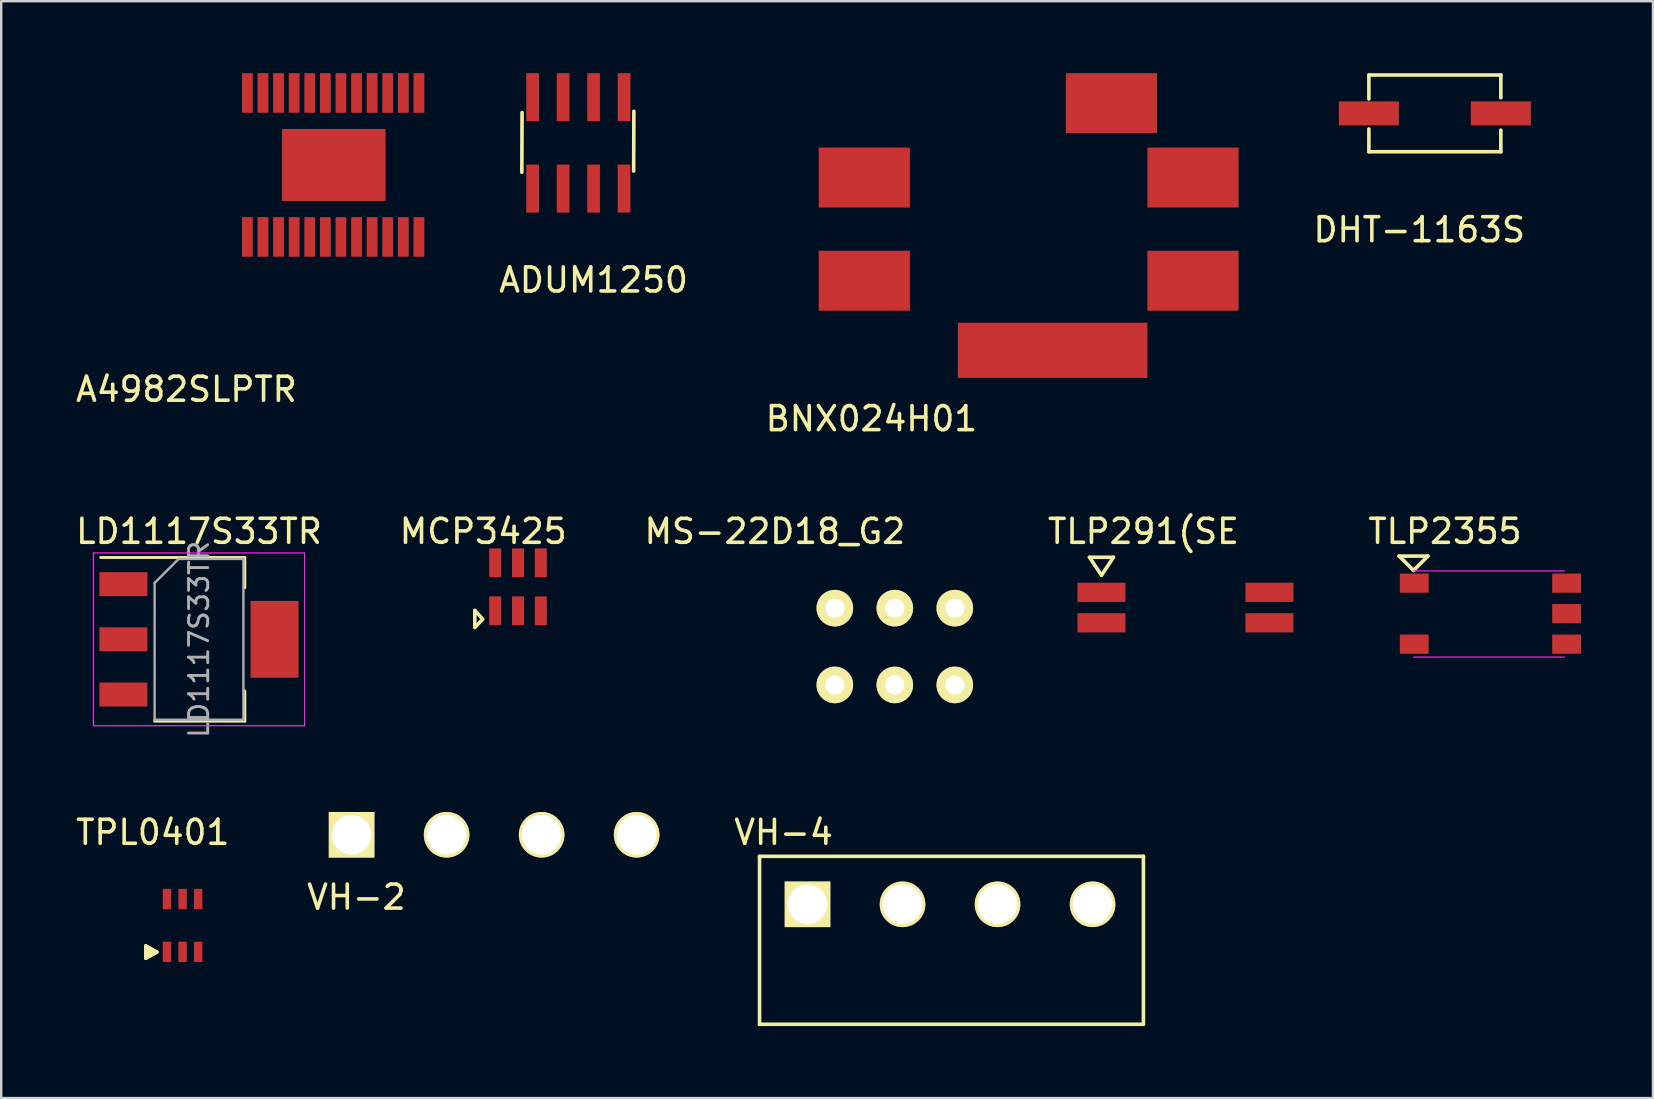
<source format=kicad_pcb>
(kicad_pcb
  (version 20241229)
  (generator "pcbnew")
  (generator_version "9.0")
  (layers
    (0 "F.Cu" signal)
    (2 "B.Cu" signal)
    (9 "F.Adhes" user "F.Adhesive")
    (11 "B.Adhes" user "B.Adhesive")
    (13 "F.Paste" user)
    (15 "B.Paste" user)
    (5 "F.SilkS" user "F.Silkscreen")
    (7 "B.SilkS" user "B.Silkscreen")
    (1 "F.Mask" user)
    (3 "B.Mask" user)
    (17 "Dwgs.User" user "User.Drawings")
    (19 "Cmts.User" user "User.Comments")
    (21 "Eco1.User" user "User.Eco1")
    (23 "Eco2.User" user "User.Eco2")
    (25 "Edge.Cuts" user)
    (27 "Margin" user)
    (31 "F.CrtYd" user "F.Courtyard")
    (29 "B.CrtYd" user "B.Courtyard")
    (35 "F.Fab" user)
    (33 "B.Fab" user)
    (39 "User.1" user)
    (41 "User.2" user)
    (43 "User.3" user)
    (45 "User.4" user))
  (footprint "DHT-1163S"
    (layer "F.Cu")
    (at 56.752 1.675)
    (property "Reference" "DHT-1163S" (at -0.65 4.85 0) (layer "F.SilkS") (effects (font (size 1 1) (thickness 0.15))))
    (attr through_hole)
    (fp_line (start -2.75 -1.6) (end 2.75 -1.6) (stroke (width 0.15) (type solid)) (layer "F.SilkS"))
    (fp_line (start -2.75 -0.6) (end -2.75 -1.6) (stroke (width 0.15) (type solid)) (layer "F.SilkS"))
    (fp_line (start -2.75 0.65) (end -2.75 1.6) (stroke (width 0.15) (type solid)) (layer "F.SilkS"))
    (fp_line (start -2.75 1.6) (end 2.75 1.6) (stroke (width 0.15) (type solid)) (layer "F.SilkS"))
    (fp_line (start 2.75 -1.6) (end 2.75 -0.65) (stroke (width 0.15) (type solid)) (layer "F.SilkS"))
    (fp_line (start 2.75 1.6) (end 2.75 0.7) (stroke (width 0.15) (type solid)) (layer "F.SilkS"))
    (pad "1" smd rect (at -2.75 0) (size 2.5 1) (layers "F.Cu" "F.Mask" "F.Paste"))
    (pad "2" smd rect (at 2.75 0) (size 2.5 1) (layers "F.Cu" "F.Mask" "F.Paste")))
  (footprint "VH-2"
    (layer "F.Cu")
    (at 11.604 31.742)
    (property "Reference" "VH-2" (at 0.2 2.6 0) (layer "F.SilkS") (effects (font (size 1 1) (thickness 0.15))))
    (attr through_hole)
    (pad "1" thru_hole rect (at 0 0) (size 1.9 1.9) (drill 1.65) (layers "*.Cu" "*.Mask" "F.SilkS"))
    (pad "2" thru_hole circle (at 3.96 0) (size 1.9 1.9) (drill 1.65) (layers "*.Cu" "*.Mask" "F.SilkS"))
    (pad "3" thru_hole circle (at 7.92 0) (size 1.9 1.9) (drill 1.65) (layers "*.Cu" "*.Mask" "F.SilkS"))
    (pad "4" thru_hole circle (at 11.88 0) (size 1.9 1.9) (drill 1.65) (layers "*.Cu" "*.Mask" "F.SilkS")))
  (footprint "TPL0401"
    (layer "F.Cu")
    (at 4.56 34.421)
    (property "Reference" "TPL0401" (at -1.245 -2.781 0) (layer "F.SilkS") (effects (font (size 1 1) (thickness 0.15))))
    (attr through_hole)
    (fp_text user "▼" (at -1.346 2.21 90) (layer "F.SilkS") (effects (font (size 0.6 0.6) (thickness 0.15))))
    (pad "1" smd trapezoid (at -0.65 2.2) (size 0.35 0.85) (layers "F.Cu" "F.Mask" "F.Paste"))
    (pad "2" smd trapezoid (at 0 2.2) (size 0.35 0.85) (layers "F.Cu" "F.Mask" "F.Paste"))
    (pad "3" smd trapezoid (at 0.65 2.2) (size 0.35 0.85) (layers "F.Cu" "F.Mask" "F.Paste"))
    (pad "4" smd trapezoid (at 0.65 0) (size 0.35 0.85) (layers "F.Cu" "F.Mask" "F.Paste"))
    (pad "5" smd trapezoid (at 0 0) (size 0.35 0.85) (layers "F.Cu" "F.Mask" "F.Paste"))
    (pad "6" smd trapezoid (at -0.65 0) (size 0.35 0.85) (layers "F.Cu" "F.Mask" "F.Paste")))
  (footprint "LD1117S33TR"
    (layer "F.Cu")
    (at 5.244 23.596)
    (property "Reference" "LD1117S33TR" (at 0 -4.5 0) (layer "F.SilkS") (effects (font (size 1 1) (thickness 0.15))))
    (attr smd)
    (fp_line (start -4.1 -3.41) (end 1.91 -3.41) (stroke (width 0.12) (type solid)) (layer "F.SilkS"))
    (fp_line (start -1.85 3.41) (end 1.91 3.41) (stroke (width 0.12) (type solid)) (layer "F.SilkS"))
    (fp_line (start 1.91 -3.41) (end 1.91 -2.15) (stroke (width 0.12) (type solid)) (layer "F.SilkS"))
    (fp_line (start 1.91 3.41) (end 1.91 2.15) (stroke (width 0.12) (type solid)) (layer "F.SilkS"))
    (fp_line (start -4.4 -3.6) (end -4.4 3.6) (stroke (width 0.05) (type solid)) (layer "F.CrtYd"))
    (fp_line (start -4.4 3.6) (end 4.4 3.6) (stroke (width 0.05) (type solid)) (layer "F.CrtYd"))
    (fp_line (start 4.4 -3.6) (end -4.4 -3.6) (stroke (width 0.05) (type solid)) (layer "F.CrtYd"))
    (fp_line (start 4.4 3.6) (end 4.4 -3.6) (stroke (width 0.05) (type solid)) (layer "F.CrtYd"))
    (fp_line (start -1.85 -2.35) (end -1.85 3.35) (stroke (width 0.1) (type solid)) (layer "F.Fab"))
    (fp_line (start -1.85 -2.35) (end -0.85 -3.35) (stroke (width 0.1) (type solid)) (layer "F.Fab"))
    (fp_line (start -1.85 3.35) (end 1.85 3.35) (stroke (width 0.1) (type solid)) (layer "F.Fab"))
    (fp_line (start -0.85 -3.35) (end 1.85 -3.35) (stroke (width 0.1) (type solid)) (layer "F.Fab"))
    (fp_line (start 1.85 -3.35) (end 1.85 3.35) (stroke (width 0.1) (type solid)) (layer "F.Fab"))
    (fp_text user "${REFERENCE}" (at 0 0 90) (layer "F.Fab") (effects (font (size 0.8 0.8) (thickness 0.12))))
    (pad "1" smd rect (at -3.15 -2.3) (size 2 1) (layers "F.Cu" "F.Mask" "F.Paste"))
    (pad "2" smd rect (at -3.15 0) (size 2 1) (layers "F.Cu" "F.Mask" "F.Paste"))
    (pad "3" smd rect (at -3.15 2.3) (size 2 1) (layers "F.Cu" "F.Mask" "F.Paste"))
    (pad "TAB" smd rect (at 3.15 0) (size 2 3.2) (layers "F.Cu" "F.Mask" "F.Paste")))
  (footprint "A4982SLPTR"
    (layer "F.Cu")
    (at 7.26 6.825)
    (property "Reference" "A4982SLPTR" (at -2.54 6.35 0) (layer "F.SilkS") (effects (font (size 1 1) (thickness 0.15))))
    (attr through_hole)
    (pad "1" smd rect (at 0 0) (size 0.45 1.65) (layers "F.Cu" "F.Mask" "F.Paste"))
    (pad "2" smd rect (at 0.65 0) (size 0.45 1.65) (layers "F.Cu" "F.Mask" "F.Paste"))
    (pad "3" smd rect (at 1.3 0) (size 0.45 1.65) (layers "F.Cu" "F.Mask" "F.Paste"))
    (pad "4" smd rect (at 1.95 0) (size 0.45 1.65) (layers "F.Cu" "F.Mask" "F.Paste"))
    (pad "5" smd rect (at 2.6 0) (size 0.45 1.65) (layers "F.Cu" "F.Mask" "F.Paste"))
    (pad "6" smd rect (at 3.25 0) (size 0.45 1.65) (layers "F.Cu" "F.Mask" "F.Paste"))
    (pad "7" smd rect (at 3.9 0) (size 0.45 1.65) (layers "F.Cu" "F.Mask" "F.Paste"))
    (pad "8" smd rect (at 4.55 0) (size 0.45 1.65) (layers "F.Cu" "F.Mask" "F.Paste"))
    (pad "9" smd rect (at 5.2 0) (size 0.45 1.65) (layers "F.Cu" "F.Mask" "F.Paste"))
    (pad "10" smd rect (at 5.85 0) (size 0.45 1.65) (layers "F.Cu" "F.Mask" "F.Paste"))
    (pad "11" smd rect (at 6.5 0) (size 0.45 1.65) (layers "F.Cu" "F.Mask" "F.Paste"))
    (pad "12" smd rect (at 7.15 0) (size 0.45 1.65) (layers "F.Cu" "F.Mask" "F.Paste"))
    (pad "13" smd rect (at 7.15 -6) (size 0.45 1.65) (layers "F.Cu" "F.Mask" "F.Paste"))
    (pad "14" smd rect (at 6.5 -6) (size 0.45 1.65) (layers "F.Cu" "F.Mask" "F.Paste"))
    (pad "15" smd rect (at 5.85 -6) (size 0.45 1.65) (layers "F.Cu" "F.Mask" "F.Paste"))
    (pad "16" smd rect (at 5.2 -6) (size 0.45 1.65) (layers "F.Cu" "F.Mask" "F.Paste"))
    (pad "17" smd rect (at 4.55 -6) (size 0.45 1.65) (layers "F.Cu" "F.Mask" "F.Paste"))
    (pad "18" smd rect (at 3.9 -6) (size 0.45 1.65) (layers "F.Cu" "F.Mask" "F.Paste"))
    (pad "19" smd rect (at 3.25 -6) (size 0.45 1.65) (layers "F.Cu" "F.Mask" "F.Paste"))
    (pad "20" smd rect (at 2.6 -6) (size 0.45 1.65) (layers "F.Cu" "F.Mask" "F.Paste"))
    (pad "21" smd rect (at 1.95 -6) (size 0.45 1.65) (layers "F.Cu" "F.Mask" "F.Paste"))
    (pad "22" smd rect (at 1.3 -6) (size 0.45 1.65) (layers "F.Cu" "F.Mask" "F.Paste"))
    (pad "23" smd rect (at 0.65 -6) (size 0.45 1.65) (layers "F.Cu" "F.Mask" "F.Paste"))
    (pad "24" smd rect (at 0 -6) (size 0.45 1.65) (layers "F.Cu" "F.Mask" "F.Paste"))
    (pad "PAD" smd rect (at 3.6 -3) (size 4.32 3) (layers "F.Cu" "F.Mask" "F.Paste")))
  (footprint "BNX024H01"
    (layer "F.Cu")
    (at 31.072 12.7)
    (property "Reference" "BNX024H01" (at 2.2 1.7 0) (layer "F.SilkS") (effects (font (size 1 1) (thickness 0.15))))
    (attr through_hole)
    (pad "1" smd rect (at 0 -7.1) (size 3.8 2.5) (drill (offset 1.9 -1.25)) (layers "F.Cu" "F.Mask" "F.Paste"))
    (pad "2" smd rect (at 13.7 -7.1) (size 3.8 2.5) (drill (offset 1.9 -1.25)) (layers "F.Cu" "F.Mask" "F.Paste"))
    (pad "3" smd rect (at 0 -2.8) (size 3.8 2.5) (drill (offset 1.9 -1.25)) (layers "F.Cu" "F.Mask" "F.Paste"))
    (pad "4" smd rect (at 5.8 0) (size 7.9 2.3) (drill (offset 3.95 -1.15)) (layers "F.Cu" "F.Mask" "F.Paste"))
    (pad "4" smd rect (at 10.3 -10.2) (size 3.8 2.5) (drill (offset 1.9 -1.25)) (layers "F.Cu" "F.Mask" "F.Paste"))
    (pad "4" smd rect (at 13.7 -2.8) (size 3.8 2.5) (drill (offset 1.9 -1.25)) (layers "F.Cu" "F.Mask" "F.Paste")))
  (footprint "ADUM1250"
    (layer "F.Cu")
    (at 22.959 1)
    (property "Reference" "ADUM1250" (at -1.27 7.62 0) (layer "F.SilkS") (effects (font (size 1 1) (thickness 0.15))))
    (attr smd)
    (fp_line (start -4.25 0.64) (end -4.26 3.13) (stroke (width 0.15) (type solid)) (layer "F.SilkS"))
    (fp_line (start 0.41 0.59) (end 0.4 3.08) (stroke (width 0.15) (type solid)) (layer "F.SilkS"))
    (pad "1" smd rect (at -3.81 3.81) (size 0.53 2) (layers "F.Cu" "F.Mask" "F.Paste"))
    (pad "2" smd rect (at -2.54 3.81) (size 0.53 2) (layers "F.Cu" "F.Mask" "F.Paste"))
    (pad "3" smd rect (at -1.27 3.81) (size 0.53 2) (layers "F.Cu" "F.Mask" "F.Paste"))
    (pad "4" smd rect (at 0 3.81) (size 0.53 2) (layers "F.Cu" "F.Mask" "F.Paste"))
    (pad "5" smd rect (at 0 0) (size 0.53 2) (layers "F.Cu" "F.Mask" "F.Paste"))
    (pad "6" smd rect (at -1.27 0) (size 0.53 2) (layers "F.Cu" "F.Mask" "F.Paste"))
    (pad "7" smd rect (at -2.54 0) (size 0.53 2) (layers "F.Cu" "F.Mask" "F.Paste"))
    (pad "8" smd rect (at -3.81 0) (size 0.53 2) (layers "F.Cu" "F.Mask" "F.Paste")))
  (footprint "TLP2355"
    (layer "F.Cu")
    (at 57.163 22.526)
    (property "Reference" "TLP2355" (at 0.01 -3.43 0) (layer "F.SilkS") (effects (font (size 1 1) (thickness 0.15))))
    (attr smd)
    (fp_line (start -1.9 -2.4) (end -0.7 -2.4) (stroke (width 0.15) (type solid)) (layer "F.SilkS"))
    (fp_line (start -1.3 -1.8) (end -1.9 -2.4) (stroke (width 0.15) (type solid)) (layer "F.SilkS"))
    (fp_line (start -0.7 -2.4) (end -1.3 -1.8) (stroke (width 0.15) (type solid)) (layer "F.SilkS"))
    (fp_line (start -1.31 -1.78) (end 5 -1.78) (stroke (width 0.05) (type solid)) (layer "F.CrtYd"))
    (fp_line (start -1.29 1.81) (end 5 1.81) (stroke (width 0.05) (type solid)) (layer "F.CrtYd"))
    (pad "1" smd rect (at -1.27 -1.27) (size 1.2 0.8) (layers "F.Cu" "F.Mask" "F.Paste"))
    (pad "3" smd rect (at -1.27 1.27) (size 1.2 0.8) (layers "F.Cu" "F.Mask" "F.Paste"))
    (pad "4" smd rect (at 5.08 1.27) (size 1.2 0.8) (layers "F.Cu" "F.Mask" "F.Paste"))
    (pad "5" smd rect (at 5.08 0) (size 1.2 0.8) (layers "F.Cu" "F.Mask" "F.Paste"))
    (pad "6" smd rect (at 5.08 -1.27) (size 1.2 0.8) (layers "F.Cu" "F.Mask" "F.Paste")))
  (footprint "TLP291(SE"
    (layer "F.Cu")
    (at 44.607 24.177)
    (property "Reference" "TLP291(SE" (at 0 -5.08 0) (layer "F.SilkS") (effects (font (size 1 1) (thickness 0.15))))
    (attr smd)
    (fp_line (start -2.25 -4) (end -1.25 -4) (stroke (width 0.15) (type solid)) (layer "F.SilkS"))
    (fp_line (start -1.75 -3.25) (end -2.25 -4) (stroke (width 0.15) (type solid)) (layer "F.SilkS"))
    (fp_line (start -1.25 -4) (end -1.75 -3.25) (stroke (width 0.15) (type solid)) (layer "F.SilkS"))
    (pad "1" smd rect (at -1.75 -2.54) (size 2 0.8) (layers "F.Cu" "F.Mask" "F.Paste"))
    (pad "2" smd rect (at -1.75 -1.27) (size 2 0.8) (layers "F.Cu" "F.Mask" "F.Paste"))
    (pad "3" smd rect (at 5.25 -1.27) (size 2 0.8) (layers "F.Cu" "F.Mask" "F.Paste"))
    (pad "4" smd rect (at 5.25 -2.54) (size 2 0.8) (layers "F.Cu" "F.Mask" "F.Paste")))
  (footprint "MS-22D18_G2"
    (layer "F.Cu")
    (at 34.244 22.297)
    (property "Reference" "MS-22D18_G2" (at -5 -3.2 0) (layer "F.SilkS") (effects (font (size 1 1) (thickness 0.15))))
    (attr through_hole)
    (pad "1" thru_hole circle (at -2.5 0) (size 1.524 1.524) (drill 0.8) (layers "*.Cu" "*.Mask" "F.SilkS"))
    (pad "1" thru_hole circle (at -2.5 3.2) (size 1.524 1.524) (drill 0.8) (layers "*.Cu" "*.Mask" "F.SilkS"))
    (pad "2" thru_hole circle (at 0 0) (size 1.524 1.524) (drill 0.8) (layers "*.Cu" "*.Mask" "F.SilkS"))
    (pad "2" thru_hole circle (at 0 3.2) (size 1.524 1.524) (drill 0.8) (layers "*.Cu" "*.Mask" "F.SilkS"))
    (pad "3" thru_hole circle (at 2.5 0) (size 1.524 1.524) (drill 0.8) (layers "*.Cu" "*.Mask" "F.SilkS"))
    (pad "3" thru_hole circle (at 2.5 3.2) (size 1.524 1.524) (drill 0.8) (layers "*.Cu" "*.Mask" "F.SilkS")))
  (footprint "VH-4"
    (layer "F.Cu")
    (at 30.606 34.64)
    (property "Reference" "VH-4" (at -1 -3 0) (layer "F.SilkS") (effects (font (size 1 1) (thickness 0.15))))
    (attr through_hole)
    (fp_line (start -2 -2) (end -2 5) (stroke (width 0.15) (type solid)) (layer "F.SilkS"))
    (fp_line (start -2 5) (end 14 5) (stroke (width 0.15) (type solid)) (layer "F.SilkS"))
    (fp_line (start 14 -2) (end -2 -2) (stroke (width 0.15) (type solid)) (layer "F.SilkS"))
    (fp_line (start 14 5) (end 14 -2) (stroke (width 0.15) (type solid)) (layer "F.SilkS"))
    (pad "1" thru_hole rect (at 0 0) (size 1.9 1.9) (drill 1.65) (layers "*.Cu" "*.Mask" "F.SilkS"))
    (pad "2" thru_hole circle (at 3.96 0) (size 1.9 1.9) (drill 1.65) (layers "*.Cu" "*.Mask" "F.SilkS"))
    (pad "3" thru_hole circle (at 7.92 0) (size 1.9 1.9) (drill 1.65) (layers "*.Cu" "*.Mask" "F.SilkS"))
    (pad "4" thru_hole circle (at 11.88 0) (size 1.9 1.9) (drill 1.65) (layers "*.Cu" "*.Mask" "F.SilkS")))
  (footprint "MCP3425"
    (layer "F.Cu")
    (at 17.589 23.407)
    (property "Reference" "MCP3425" (at -0.5 -4.31 0) (layer "F.SilkS") (effects (font (size 1 1) (thickness 0.15))))
    (attr through_hole)
    (fp_line (start -0.85 -1.01) (end -0.85 -0.31) (stroke (width 0.15) (type solid)) (layer "F.SilkS"))
    (fp_line (start -0.85 -0.31) (end -0.52 -0.65) (stroke (width 0.15) (type solid)) (layer "F.SilkS"))
    (fp_line (start -0.57 -0.71) (end -0.85 -1.01) (stroke (width 0.15) (type solid)) (layer "F.SilkS"))
    (pad "1" smd rect (at 0 -1) (size 0.5 1.2) (layers "F.Cu" "F.Mask" "F.Paste"))
    (pad "2" smd rect (at 0.95 -1) (size 0.5 1.2) (layers "F.Cu" "F.Mask" "F.Paste"))
    (pad "3" smd rect (at 1.9 -1) (size 0.5 1.2) (layers "F.Cu" "F.Mask" "F.Paste"))
    (pad "4" smd rect (at 1.9 -3) (size 0.5 1.2) (layers "F.Cu" "F.Mask" "F.Paste"))
    (pad "5" smd rect (at 0.95 -3) (size 0.5 1.2) (layers "F.Cu" "F.Mask" "F.Paste"))
    (pad "6" smd rect (at 0 -3) (size 0.5 1.2) (layers "F.Cu" "F.Mask" "F.Paste")))
  (gr_rect
    (start -3 -3)
    (end 65.843 42.715)
    (stroke (width 0.1) (type default))
    (fill no)
    (layer "Edge.Cuts")))
</source>
